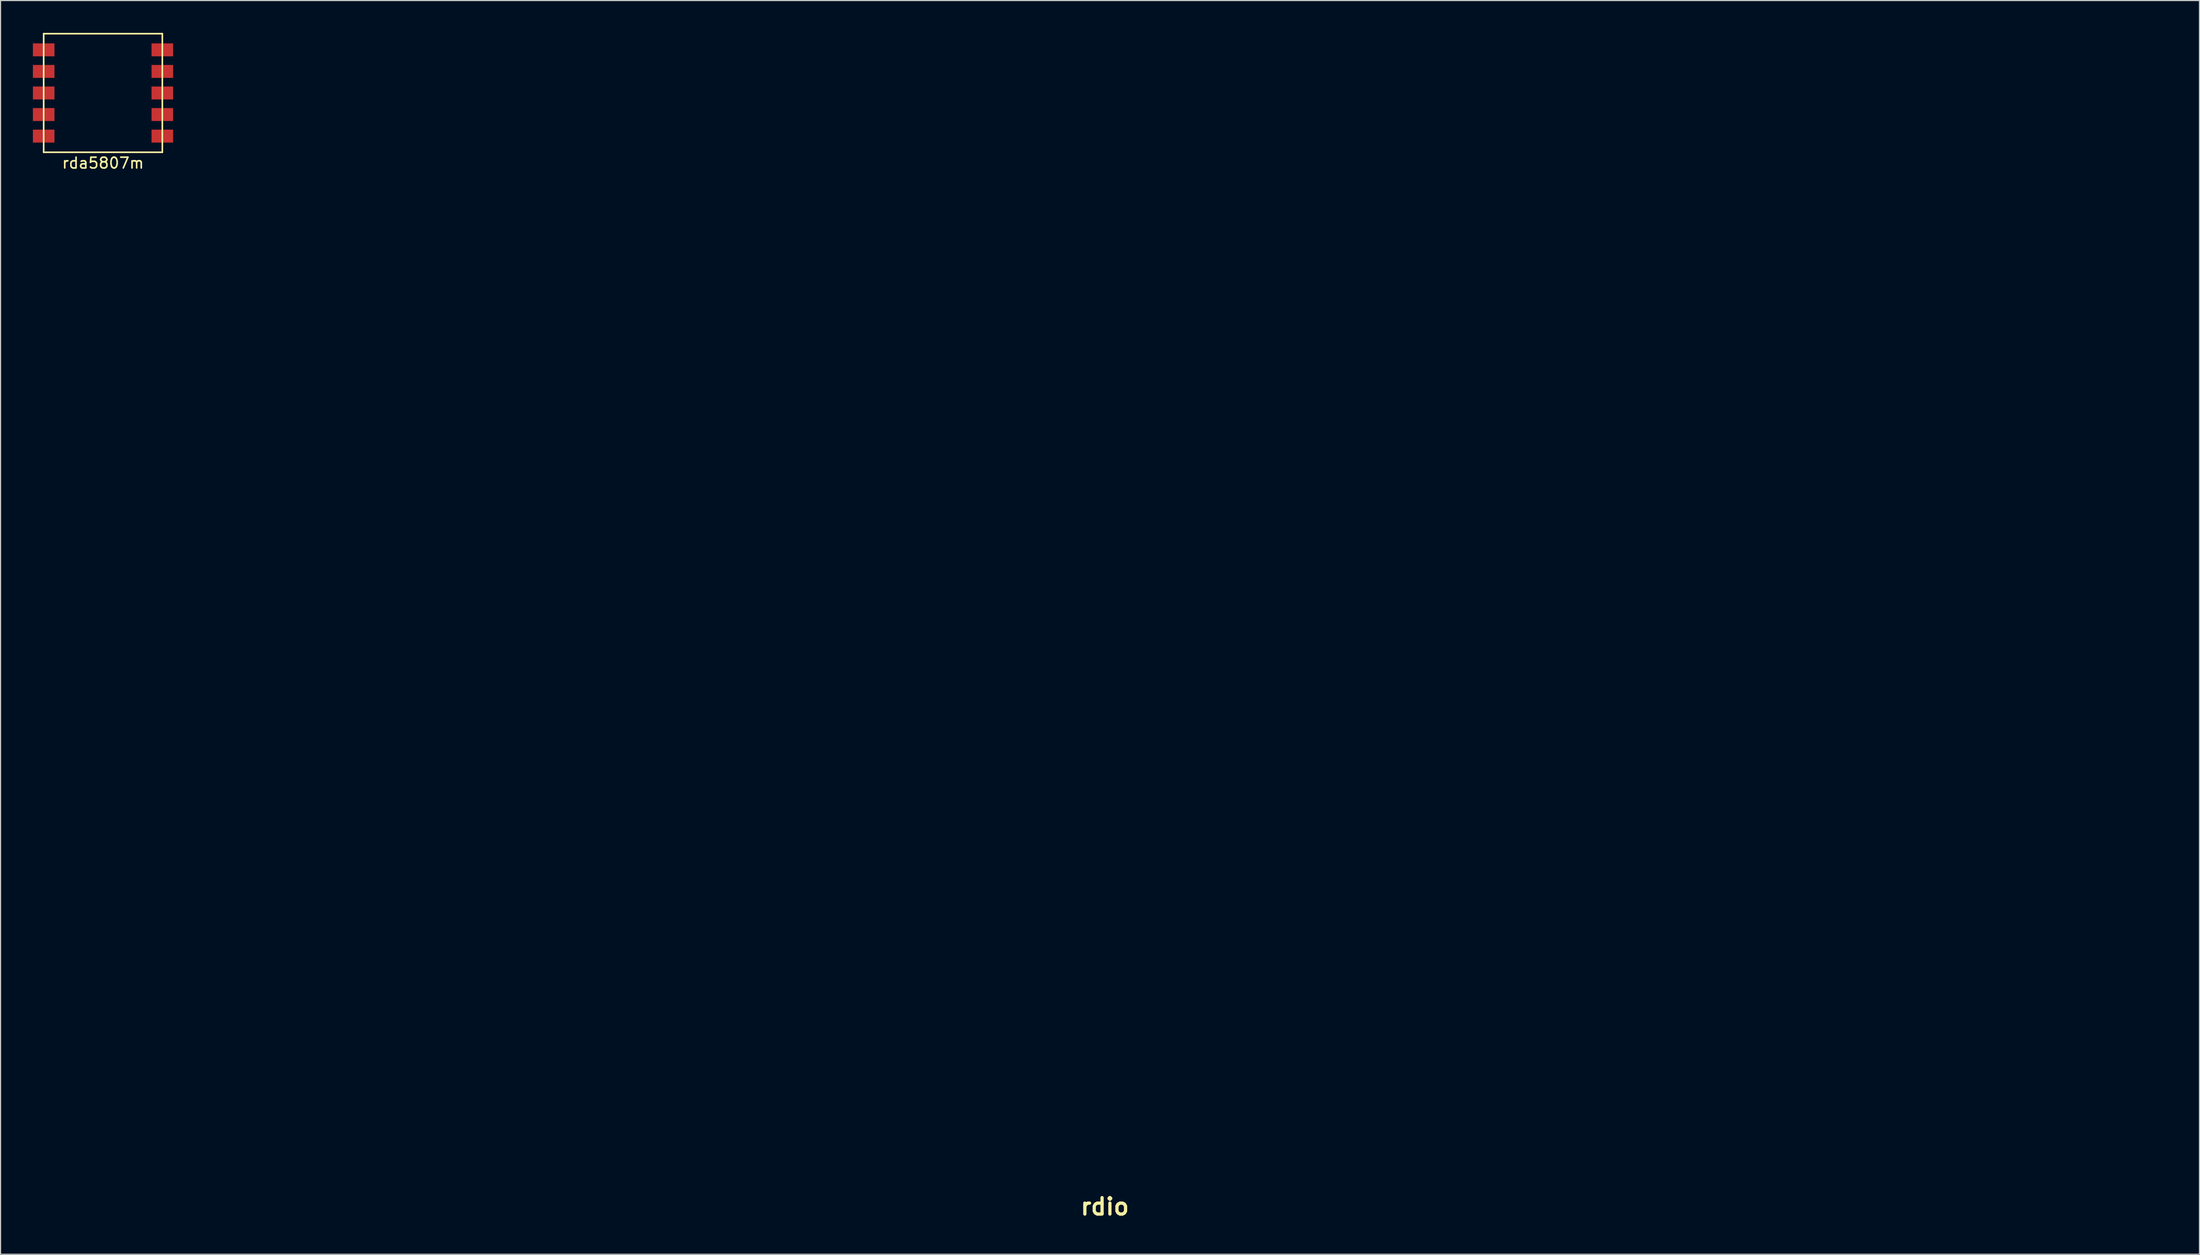
<source format=kicad_pcb>
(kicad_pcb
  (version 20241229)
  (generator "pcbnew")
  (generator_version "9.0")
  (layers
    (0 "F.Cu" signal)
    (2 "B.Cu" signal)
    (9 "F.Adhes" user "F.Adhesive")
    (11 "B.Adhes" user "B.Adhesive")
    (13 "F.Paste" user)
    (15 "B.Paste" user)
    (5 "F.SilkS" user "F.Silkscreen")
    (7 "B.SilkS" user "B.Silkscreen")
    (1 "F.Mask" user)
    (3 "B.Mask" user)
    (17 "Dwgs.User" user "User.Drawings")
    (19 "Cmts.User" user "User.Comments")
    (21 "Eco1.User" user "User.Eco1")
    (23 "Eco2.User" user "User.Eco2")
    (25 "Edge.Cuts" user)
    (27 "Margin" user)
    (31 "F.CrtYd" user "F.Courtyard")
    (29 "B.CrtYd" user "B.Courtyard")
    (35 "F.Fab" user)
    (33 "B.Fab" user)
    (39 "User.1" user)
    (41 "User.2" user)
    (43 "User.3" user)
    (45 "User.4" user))
  (footprint "rdio"
    (layer "F.Cu")
    (at 99.377 61.381)
    (property "Reference" "rdio" (at 0 47.5 0) (layer "F.SilkS") (effects (font (size 1.524 1.524) (thickness 0.3))))
    (attr through_hole)
    (fp_line (start 40 -20.75) (end 47.5 -20.75) (stroke (width 0.15) (type solid)) (layer "Eco1.User"))
    (fp_line (start 40 -6.5) (end 40 -20.75) (stroke (width 0.15) (type solid)) (layer "Eco1.User"))
    (fp_line (start 47.5 -20.75) (end 47.5 -6.5) (stroke (width 0.15) (type solid)) (layer "Eco1.User"))
    (fp_line (start 47.5 -6.5) (end 40 -6.5) (stroke (width 0.15) (type solid)) (layer "Eco1.User"))
    (fp_line (start 57.75 -20.75) (end 65.25 -20.75) (stroke (width 0.15) (type solid)) (layer "Eco1.User"))
    (fp_line (start 57.75 -6.5) (end 57.75 -20.75) (stroke (width 0.15) (type solid)) (layer "Eco1.User"))
    (fp_line (start 65.25 -20.75) (end 65.25 -6.5) (stroke (width 0.15) (type solid)) (layer "Eco1.User"))
    (fp_line (start 65.25 -6.5) (end 57.75 -6.5) (stroke (width 0.15) (type solid)) (layer "Eco1.User"))
    (fp_circle (center -96.703 31.25) (end -95.203 32.5) (stroke (width 0.15) (type solid)) (fill no) (layer "Eco1.User"))
    (fp_circle (center -95.578 38) (end -93.578 40) (stroke (width 0.15) (type solid)) (fill no) (layer "Eco1.User"))
    (fp_circle (center -91.203 31.25) (end -89.703 32.5) (stroke (width 0.15) (type solid)) (fill no) (layer "Eco1.User"))
    (fp_circle (center -2.828 -30.75) (end -0.828 -28.75) (stroke (width 0.15) (type solid)) (fill no) (layer "Eco1.User"))
    (fp_circle (center -2.578 38.25) (end -0.578 40.25) (stroke (width 0.15) (type solid)) (fill no) (layer "Eco1.User"))
    (fp_circle (center 92.922 -29.5) (end 94.922 -27.5) (stroke (width 0.15) (type solid)) (fill no) (layer "Eco1.User"))
    (fp_circle (center 93.422 38) (end 95.422 40) (stroke (width 0.15) (type solid)) (fill no) (layer "Eco1.User"))
    (fp_poly (pts (xy -90.616 -40.536) (xy -90.578 -40.205) (xy -90.509 -38.522) (xy -90.561 -36.864) (xy -90.581 -36.64) (xy -90.658 -36.276) (xy -90.717 -36.707) (xy -90.749 -37.833) (xy -90.753 -38.546) (xy -90.734 -39.923) (xy -90.685 -40.614) (xy -90.616 -40.536)) (stroke (width 0.01) (type solid)) (fill no) (layer "Eco1.User"))
    (fp_poly (pts (xy -13.368 -32.975) (xy -73.972 -32.975) (xy -73.972 -39.66) (xy -73.526 -39.66) (xy -73.526 -33.421) (xy -13.814 -33.421) (xy -13.814 -39.66) (xy -73.526 -39.66) (xy -73.972 -39.66) (xy -73.972 -40.105) (xy -13.368 -40.105) (xy -13.368 -32.975)) (stroke (width 0.01) (type solid)) (fill no) (layer "Eco1.User"))
    (fp_poly (pts (xy -0.745 43.744) (xy 0.128 43.788) (xy 0.642 43.85) (xy 0.346 43.901) (xy -0.678 43.936) (xy -2.349 43.949) (xy -2.451 43.949) (xy -4.126 43.936) (xy -5.132 43.902) (xy -5.397 43.852) (xy -4.848 43.791) (xy -4.774 43.786) (xy -2.808 43.723) (xy -0.745 43.744)) (stroke (width 0.01) (type solid)) (fill no) (layer "Eco1.User"))
    (fp_poly (pts (xy -9.664 -44.203) (xy -8.967 -43.34) (xy -8.605 -42.404) (xy -8.476 -41.06) (xy -8.467 -40.281) (xy -8.381 -38.742) (xy -8.16 -37.554) (xy -7.932 -37.075) (xy -7.645 -36.99) (xy -6.938 -36.914) (xy -5.774 -36.846) (xy -4.116 -36.786) (xy -1.928 -36.733) (xy 0.828 -36.688) (xy 4.189 -36.65) (xy 8.191 -36.618) (xy 12.872 -36.592) (xy 18.269 -36.572) (xy 24.418 -36.557) (xy 31.357 -36.547) (xy 39.122 -36.542) (xy 45.542 -36.54) (xy 98.481 -36.54) (xy 98.481 45.453) (xy -99.372 45.453) (xy -99.372 45.007) (xy -98.926 45.007) (xy -88.651 45.007) (xy -84.968 44.988) (xy -82.111 44.933) (xy -80.096 44.841) (xy -78.94 44.713) (xy -78.651 44.561) (xy -79.191 44.369) (xy -80.423 44.219) (xy -82.146 44.131) (xy -83.302 44.116) (xy -85.451 44.085) (xy -86.879 43.976) (xy -87.755 43.764) (xy -88.249 43.425) (xy -88.269 43.402) (xy -88.71 43.051) (xy -89.427 42.878) (xy -90.622 42.865) (xy -92.496 42.992) (xy -92.509 42.993) (xy -94.536 43.116) (xy -95.94 43.069) (xy -96.977 42.831) (xy -97.542 42.581) (xy -98.926 41.865) (xy -98.926 45.007) (xy -99.372 45.007) (xy -99.372 -6.239) (xy -98.926 -6.239) (xy -98.926 41.277) (xy -97.312 42.047) (xy -96.268 42.443) (xy -95.095 42.625) (xy -93.511 42.62) (xy -92.063 42.522) (xy -90.19 42.399) (xy -88.996 42.415) (xy -88.279 42.59) (xy -87.834 42.944) (xy -87.83 42.948) (xy -87.333 43.31) (xy -86.455 43.532) (xy -85.019 43.643) (xy -83.138 43.67) (xy -80.8 43.73) (xy -79.223 43.919) (xy -78.282 44.254) (xy -78.179 44.324) (xy -77.992 44.403) (xy -77.623 44.475) (xy -77.037 44.541) (xy -76.198 44.601) (xy -75.071 44.656) (xy -73.619 44.705) (xy -71.808 44.749) (xy -69.601 44.789) (xy -66.963 44.824) (xy -63.858 44.855) (xy -60.251 44.882) (xy -56.106 44.905) (xy -51.388 44.925) (xy -46.06 44.942) (xy -40.087 44.955) (xy -33.434 44.967) (xy -26.065 44.975) (xy -17.944 44.982) (xy -9.036 44.987) (xy 0.695 44.991) (xy 10.361 44.993) (xy 20.839 44.994) (xy 30.461 44.994) (xy 39.263 44.992) (xy 47.281 44.988) (xy 54.55 44.982) (xy 61.106 44.973) (xy 66.983 44.962) (xy 72.219 44.947) (xy 76.848 44.93) (xy 80.906 44.909) (xy 84.428 44.884) (xy 87.451 44.855) (xy 90.009 44.821) (xy 92.138 44.783) (xy 93.874 44.74) (xy 95.253 44.692) (xy 96.31 44.639) (xy 97.08 44.58) (xy 97.599 44.515) (xy 97.903 44.444) (xy 98.027 44.366) (xy 98.035 44.339) (xy 97.884 44.032) (xy 97.338 43.823) (xy 96.257 43.688) (xy 94.499 43.606) (xy 93.245 43.576) (xy 88.454 43.481) (xy 93.245 43.338) (xy 98.035 43.194) (xy 98.035 -36.095) (xy 74.028 -36.095) (xy 73.889 -34.646) (xy 73.656 -33.607) (xy 73.065 -33.157) (xy 72.524 -33.057) (xy 71.708 -33.046) (xy 71.368 -33.433) (xy 71.298 -34.459) (xy 71.298 -34.505) (xy 71.298 -34.758) (xy 71.744 -34.758) (xy 71.884 -33.779) (xy 72.405 -33.435) (xy 72.635 -33.421) (xy 73.287 -33.631) (xy 73.517 -34.413) (xy 73.526 -34.758) (xy 73.386 -35.736) (xy 72.865 -36.081) (xy 72.635 -36.095) (xy 71.983 -35.885) (xy 71.753 -35.103) (xy 71.744 -34.758) (xy 71.298 -34.758) (xy 71.298 -36.095) (xy 56.868 -36.095) (xy 52.903 -36.093) (xy 49.738 -36.084) (xy 47.281 -36.063) (xy 45.439 -36.023) (xy 44.121 -35.96) (xy 43.235 -35.867) (xy 42.69 -35.739) (xy 42.392 -35.57) (xy 42.251 -35.355) (xy 42.204 -35.204) (xy 41.694 -34.514) (xy 40.87 -34.263) (xy 40.079 -34.452) (xy 39.667 -35.08) (xy 39.66 -35.204) (xy 39.63 -35.426) (xy 40.105 -35.426) (xy 40.477 -34.882) (xy 40.996 -34.758) (xy 41.722 -35.037) (xy 41.888 -35.426) (xy 41.516 -35.971) (xy 40.996 -36.095) (xy 40.271 -35.816) (xy 40.105 -35.426) (xy 39.63 -35.426) (xy 39.613 -35.557) (xy 39.382 -35.802) (xy 38.83 -35.959) (xy 37.819 -36.046) (xy 36.211 -36.085) (xy 33.871 -36.095) (xy 33.447 -36.095) (xy 30.971 -36.064) (xy 28.981 -35.976) (xy 27.606 -35.842) (xy 26.977 -35.669) (xy 26.96 -35.649) (xy 26.446 -35.495) (xy 25.228 -35.372) (xy 23.47 -35.282) (xy 21.338 -35.224) (xy 18.999 -35.197) (xy 16.616 -35.203) (xy 14.357 -35.241) (xy 12.387 -35.311) (xy 10.871 -35.413) (xy 9.975 -35.548) (xy 9.804 -35.649) (xy 9.367 -35.813) (xy 8.156 -35.936) (xy 13.551 -35.936) (xy 13.582 -35.896) (xy 14.379 -35.864) (xy 15.881 -35.843) (xy 18.025 -35.833) (xy 18.493 -35.833) (xy 20.731 -35.84) (xy 22.32 -35.86) (xy 23.203 -35.89) (xy 23.323 -35.928) (xy 22.62 -35.972) (xy 22.37 -35.981) (xy 19.892 -36.034) (xy 17.148 -36.037) (xy 14.675 -35.992) (xy 14.349 -35.981) (xy 13.551 -35.936) (xy 8.156 -35.936) (xy 8.092 -35.942) (xy 6.03 -36.033) (xy 3.233 -36.084) (xy 0.916 -36.095) (xy -2.362 -36.1) (xy -4.857 -36.15) (xy -6.674 -36.291) (xy -7.922 -36.572) (xy -8.707 -37.042) (xy -9.137 -37.748) (xy -9.318 -38.74) (xy -9.358 -40.065) (xy -9.358 -40.726) (xy -9.394 -42.279) (xy -9.584 -43.403) (xy -10.052 -44.166) (xy -10.923 -44.639) (xy -12.321 -44.89) (xy -14.368 -44.99) (xy -17.002 -45.007) (xy -19.503 -44.993) (xy -21.24 -44.943) (xy -22.344 -44.843) (xy -22.941 -44.678) (xy -23.16 -44.435) (xy -23.172 -44.339) (xy -23.268 -44.145) (xy -23.618 -43.992) (xy -24.311 -43.875) (xy -25.438 -43.789) (xy -27.09 -43.73) (xy -29.357 -43.694) (xy -32.329 -43.676) (xy -36.098 -43.67) (xy -36.318 -43.67) (xy -40.13 -43.675) (xy -43.141 -43.693) (xy -45.443 -43.728) (xy -47.124 -43.785) (xy -48.277 -43.869) (xy -48.99 -43.985) (xy -49.356 -44.136) (xy -49.463 -44.327) (xy -49.463 -44.339) (xy -49.567 -44.561) (xy -49.018 -44.561) (xy -48.577 -44.418) (xy -47.278 -44.302) (xy -45.151 -44.212) (xy -42.229 -44.151) (xy -38.543 -44.12) (xy -36.318 -44.116) (xy -32.244 -44.131) (xy -28.917 -44.177) (xy -26.37 -44.251) (xy -24.633 -44.354) (xy -23.739 -44.483) (xy -23.618 -44.561) (xy -24.058 -44.704) (xy -25.357 -44.821) (xy -27.484 -44.91) (xy -30.406 -44.971) (xy -34.092 -45.003) (xy -36.318 -45.007) (xy -40.391 -44.992) (xy -43.718 -44.946) (xy -46.265 -44.871) (xy -48.002 -44.769) (xy -48.896 -44.639) (xy -49.018 -44.561) (xy -49.567 -44.561) (xy -49.595 -44.622) (xy -50.078 -44.814) (xy -51.049 -44.932) (xy -52.639 -44.991) (xy -54.984 -45.007) (xy -55.033 -45.007) (xy -57.446 -44.973) (xy -59.241 -44.875) (xy -60.32 -44.721) (xy -60.604 -44.561) (xy -60.999 -44.282) (xy -61.986 -44.127) (xy -62.386 -44.116) (xy -63.502 -44.215) (xy -64.123 -44.462) (xy -64.168 -44.561) (xy -64.608 -44.707) (xy -64.958 -44.739) (xy -63.304 -44.739) (xy -62.688 -44.669) (xy -62.386 -44.665) (xy -61.575 -44.711) (xy -61.48 -44.827) (xy -61.606 -44.869) (xy -62.736 -44.938) (xy -63.166 -44.869) (xy -63.304 -44.739) (xy -64.958 -44.739) (xy -65.904 -44.826) (xy -68.023 -44.916) (xy -70.93 -44.976) (xy -74.591 -45.005) (xy -76.2 -45.007) (xy -88.232 -45.007) (xy -88.232 -6.239) (xy -98.926 -6.239) (xy -99.372 -6.239) (xy -99.372 -6.684) (xy -88.677 -6.684) (xy -88.677 -45.453) (xy -10.861 -45.453) (xy -9.664 -44.203)) (stroke (width 0.01) (type solid)) (fill no) (layer "Eco1.User")))
  (footprint "rda5807m"
    (layer "F.Cu")
    (at 6.5 5.575)
    (property "Reference" "rda5807m" (at 0 6.5 0) (layer "F.SilkS") (effects (font (size 1 1) (thickness 0.15))))
    (attr through_hole)
    (fp_line (start -5.5 -5.5) (end 5.5 -5.5) (stroke (width 0.15) (type solid)) (layer "F.SilkS"))
    (fp_line (start -5.5 5.5) (end -5.5 -5.5) (stroke (width 0.15) (type solid)) (layer "F.SilkS"))
    (fp_line (start 5.5 -5.5) (end 5.5 5.5) (stroke (width 0.15) (type solid)) (layer "F.SilkS"))
    (fp_line (start 5.5 5.5) (end -5.5 5.5) (stroke (width 0.15) (type solid)) (layer "F.SilkS"))
    (pad "1" smd rect (at -5.5 -4) (size 2 1.2) (layers "F.Cu" "F.Mask" "F.Paste"))
    (pad "2" smd rect (at -5.5 -2) (size 2 1.2) (layers "F.Cu" "F.Mask" "F.Paste"))
    (pad "3" smd rect (at -5.5 0) (size 2 1.2) (layers "F.Cu" "F.Mask" "F.Paste"))
    (pad "4" smd rect (at -5.5 2) (size 2 1.2) (layers "F.Cu" "F.Mask" "F.Paste"))
    (pad "5" smd rect (at -5.5 4) (size 2 1.2) (layers "F.Cu" "F.Mask" "F.Paste"))
    (pad "6" smd rect (at 5.5 -4) (size 2 1.2) (layers "F.Cu" "F.Mask" "F.Paste"))
    (pad "7" smd rect (at 5.5 -2) (size 2 1.2) (layers "F.Cu" "F.Mask" "F.Paste"))
    (pad "8" smd rect (at 5.5 0) (size 2 1.2) (layers "F.Cu" "F.Mask" "F.Paste"))
    (pad "9" smd rect (at 5.5 2) (size 2 1.2) (layers "F.Cu" "F.Mask" "F.Paste"))
    (pad "10" smd rect (at 5.5 4) (size 2 1.2) (layers "F.Cu" "F.Mask" "F.Paste")))
  (gr_rect
    (start -3 -3)
    (end 200.863 113.299)
    (stroke (width 0.1) (type default))
    (fill no)
    (layer "Edge.Cuts")))
</source>
